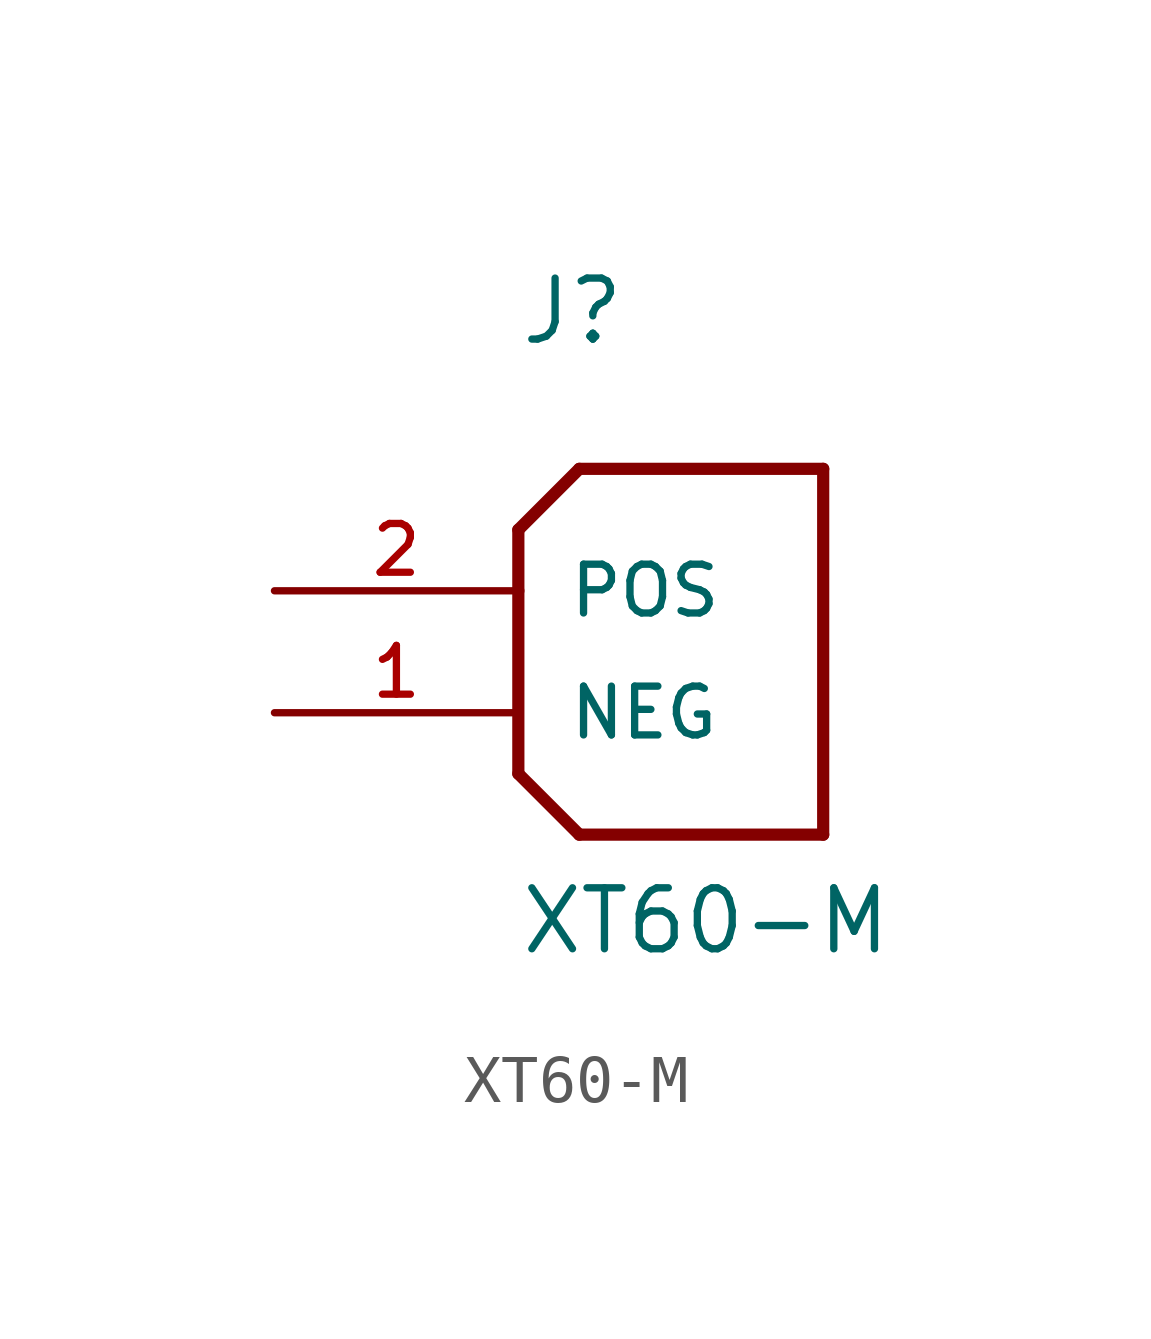
<source format=kicad_sym>
(kicad_symbol_lib
  (version 20220914)
  (generator kicad_symbol_editor)
  (symbol "XT60-M"
    (pin_names
      (offset 1.016))
    (property "Reference" "J"
      (at 0 6.35 0)
      (effects (font (size 1.27 1.27)) (justify left bottom)))
    (property "Value" "XT60-M"
      (at 0 -6.35 0)
      (effects (font (size 1.27 1.27)) (justify left bottom)))
    (symbol "XT60-M_0_0"
      (polyline (pts (xy 0 -2.54) (xy 1.27 -3.81)) (stroke (width 0.254) (type default)) (fill (type none)))
      (polyline (pts (xy 0 1.27) (xy 0 -2.54)) (stroke (width 0.254) (type default)) (fill (type none)))
      (polyline (pts (xy 0 2.54) (xy 0 1.27)) (stroke (width 0.254) (type default)) (fill (type none)))
      (polyline (pts (xy 0 2.54) (xy 1.27 3.81)) (stroke (width 0.254) (type default)) (fill (type none)))
      (polyline (pts (xy 1.27 -3.81) (xy 6.35 -3.81)) (stroke (width 0.254) (type default)) (fill (type none)))
      (polyline (pts (xy 6.35 -3.81) (xy 6.35 3.81)) (stroke (width 0.254) (type default)) (fill (type none)))
      (polyline (pts (xy 6.35 3.81) (xy 1.27 3.81)) (stroke (width 0.254) (type default)) (fill (type none))))
    (symbol "XT60-M_1_0"
      (pin passive line (at -5.08 -1.27 0) (length 5.08) (name "NEG" (effects (font (size 1.016 1.016)))) (number "1" (effects (font (size 1.016 1.016)))))
      (pin passive line (at -5.08 1.27 0) (length 5.08) (name "POS" (effects (font (size 1.016 1.016)))) (number "2" (effects (font (size 1.016 1.016))))))))
</source>
